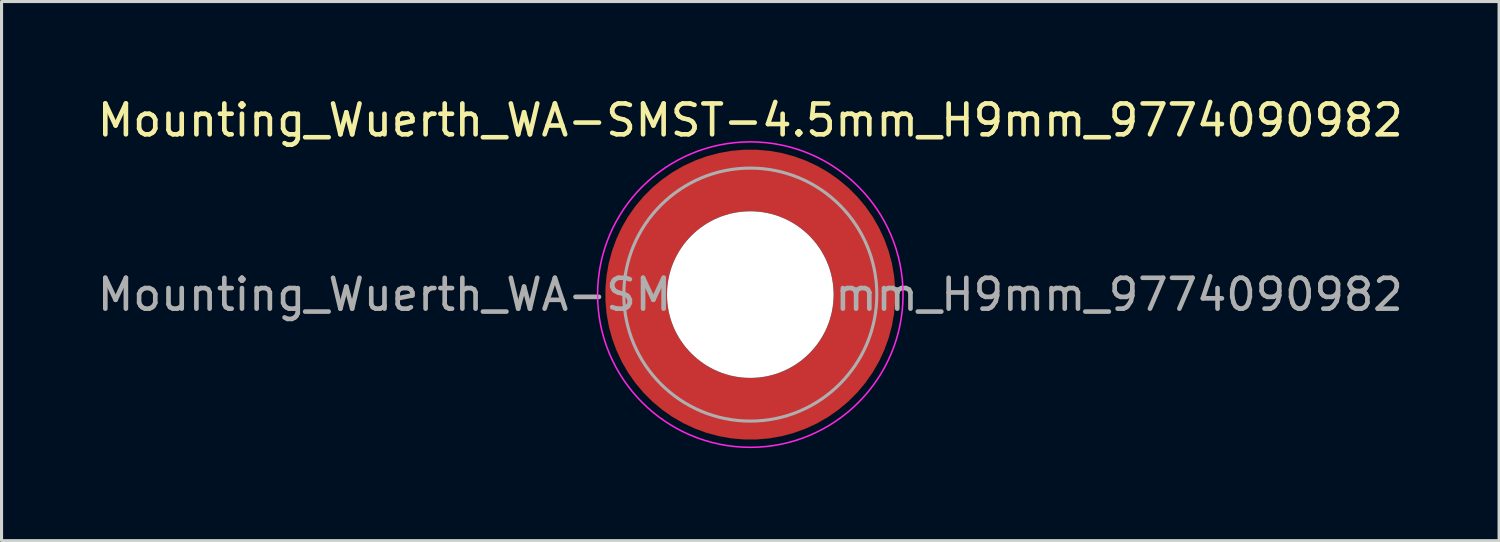
<source format=kicad_pcb>
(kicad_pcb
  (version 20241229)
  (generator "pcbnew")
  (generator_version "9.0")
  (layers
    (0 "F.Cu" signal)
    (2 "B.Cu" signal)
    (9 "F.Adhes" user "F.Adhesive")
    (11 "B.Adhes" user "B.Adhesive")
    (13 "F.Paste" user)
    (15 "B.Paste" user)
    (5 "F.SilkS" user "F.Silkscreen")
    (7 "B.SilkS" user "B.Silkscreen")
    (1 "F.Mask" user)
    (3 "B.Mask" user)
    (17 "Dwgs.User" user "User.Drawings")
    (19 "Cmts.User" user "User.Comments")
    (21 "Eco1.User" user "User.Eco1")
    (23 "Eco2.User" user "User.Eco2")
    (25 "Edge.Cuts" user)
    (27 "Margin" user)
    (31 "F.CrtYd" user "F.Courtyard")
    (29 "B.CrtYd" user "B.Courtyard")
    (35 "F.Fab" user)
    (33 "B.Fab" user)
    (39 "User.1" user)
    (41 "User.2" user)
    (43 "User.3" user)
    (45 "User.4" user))
  (footprint "Mounting_Wuerth_WA-SMST-4.5mm_H9mm_9774090982"
    (layer "F.Cu")
    (at 21.268 6.498)
    (property "Reference" "Mounting_Wuerth_WA-SMST-4.5mm_H9mm_9774090982" (at 0 -5.65 0) (layer "F.SilkS") (effects (font (size 1 1) (thickness 0.15))))
    (attr smd)
    (fp_circle (center 0 0) (end 4.95 0) (stroke (width 0.05) (type solid)) (fill no) (layer "F.CrtYd"))
    (fp_circle (center 0 0) (end 4.1 0) (stroke (width 0.1) (type solid)) (fill no) (layer "F.Fab"))
    (fp_text user "${REFERENCE}" (at 0 0 0) (layer "F.Fab") (effects (font (size 1 1) (thickness 0.15))))
    (pad "" smd custom (at -2.607 -2.607) (size 1.495 1.495) (layers "F.Paste") (options (anchor circle)) (primitives (gr_arc (start -0.188183 2.107456) (mid 0.598928 0.599619) (end 2.106494 -0.188011) (width 0.2)) (gr_arc (start -0.289416 2.107456) (mid 0.528508 0.529033) (end 2.106724 -0.28929) (width 0.2)) (gr_arc (start -0.390547 2.107456) (mid 0.457087 0.459449) (end 2.104161 -0.389996) (width 0.2)) (gr_arc (start -0.491585 2.107456) (mid 0.386415 0.389116) (end 2.103685 -0.490974) (width 0.2)) (gr_arc (start -0.59254 2.107456) (mid 0.31649 0.318035) (end 2.105297 -0.592203) (width 0.2)) (gr_arc (start -0.693419 2.107456) (mid 0.245252 0.248268) (end 2.103239 -0.692777) (width 0.2)) (gr_arc (start -0.794229 2.107456) (mid 0.174636 0.177878) (end 2.102921 -0.793558) (width 0.2)) (gr_arc (start -0.894975 2.107456) (mid 0.104643 0.106867) (end 2.104343 -0.894528) (width 0.2)) (gr_arc (start -0.995664 2.107456) (mid 0.033026 0.037479) (end 2.101219 -0.994793) (width 0.2)) (gr_arc (start -1.0963 2.107456) (mid -0.035789 -0.034713) (end 2.105949 -1.096095) (width 0.2)) (gr_arc (start -1.196886 2.107456) (mid -0.106351 -0.105158) (end 2.105783 -1.196667) (width 0.2)) (gr_arc (start -1.297427 2.107456) (mid -0.176416 -0.176097) (end 2.107009 -1.29737) (width 0.2)) (gr_arc (start -1.397927 2.107456) (mid -0.248476 -0.245042) (end 2.102638 -1.397323) (width 0.2)) (gr_arc (start -1.498388 2.107456) (mid -0.317612 -0.316913) (end 2.106475 -1.498268) (width 0.2)) (gr_arc (start -1.598813 2.107456) (mid -0.388865 -0.386665) (end 2.104366 -1.598444) (width 0.2)) (gr_arc (start -1.699204 2.107456) (mid -0.459747 -0.456787) (end 2.103299 -1.698719) (width 0.2)) (gr_arc (start -1.799565 2.107456) (mid -0.530257 -0.527283) (end 2.103277 -1.799089) (width 0.2)) (gr_arc (start -1.899896 2.107456) (mid -0.600396 -0.59815) (end 2.104299 -1.899545) (width 0.2)) (gr_arc (start -1.899896 2.107456) (mid -0.600396 -0.59815) (end 2.104299 -1.899545) (width 0.2)) (gr_line (start 2.107 -0.188) (end 2.107 -1.9) (width 0.2)) (gr_line (start -0.188 2.107) (end -1.9 2.107) (width 0.2))))
    (pad "" smd custom (at -2.607 2.607) (size 1.495 1.495) (layers "F.Paste") (options (anchor circle)) (primitives (gr_arc (start 2.107456 0.188183) (mid 0.599619 -0.598928) (end -0.188011 -2.106494) (width 0.2)) (gr_arc (start 2.107456 0.289416) (mid 0.529033 -0.528508) (end -0.28929 -2.106724) (width 0.2)) (gr_arc (start 2.107456 0.390547) (mid 0.45945 -0.457087) (end -0.389996 -2.104161) (width 0.2)) (gr_arc (start 2.107456 0.491585) (mid 0.389116 -0.386415) (end -0.490974 -2.103685) (width 0.2)) (gr_arc (start 2.107456 0.59254) (mid 0.318035 -0.31649) (end -0.592203 -2.105297) (width 0.2)) (gr_arc (start 2.107456 0.693419) (mid 0.248268 -0.245252) (end -0.692777 -2.103239) (width 0.2)) (gr_arc (start 2.107456 0.794229) (mid 0.177878 -0.174636) (end -0.793558 -2.102921) (width 0.2)) (gr_arc (start 2.107456 0.894975) (mid 0.106867 -0.104643) (end -0.894528 -2.104343) (width 0.2)) (gr_arc (start 2.107456 0.995664) (mid 0.037479 -0.033026) (end -0.994793 -2.101219) (width 0.2)) (gr_arc (start 2.107456 1.0963) (mid -0.034713 0.035789) (end -1.096095 -2.105949) (width 0.2)) (gr_arc (start 2.107456 1.196886) (mid -0.105158 0.106351) (end -1.196667 -2.105783) (width 0.2)) (gr_arc (start 2.107456 1.297427) (mid -0.176097 0.176416) (end -1.29737 -2.107009) (width 0.2)) (gr_arc (start 2.107456 1.397927) (mid -0.245042 0.248476) (end -1.397323 -2.102638) (width 0.2)) (gr_arc (start 2.107456 1.498388) (mid -0.316913 0.317612) (end -1.498268 -2.106475) (width 0.2)) (gr_arc (start 2.107456 1.598813) (mid -0.386665 0.388865) (end -1.598444 -2.104366) (width 0.2)) (gr_arc (start 2.107456 1.699204) (mid -0.456787 0.459747) (end -1.698719 -2.103299) (width 0.2)) (gr_arc (start 2.107456 1.799565) (mid -0.527283 0.530257) (end -1.799089 -2.103277) (width 0.2)) (gr_arc (start 2.107456 1.899896) (mid -0.59815 0.600396) (end -1.899545 -2.104299) (width 0.2)) (gr_arc (start 2.107456 1.899896) (mid -0.59815 0.600396) (end -1.899545 -2.104299) (width 0.2)) (gr_line (start -0.188 -2.107) (end -1.9 -2.107) (width 0.2)) (gr_line (start 2.107 0.188) (end 2.107 1.9) (width 0.2))))
    (pad "" np_thru_hole circle (at 0 0) (size 5.4 5.4) (drill 5.4) (layers "*.Cu" "*.Mask"))
    (pad "" smd custom (at 2.607 -2.607) (size 1.495 1.495) (layers "F.Paste") (options (anchor circle)) (primitives (gr_arc (start -2.107456 -0.188183) (mid -0.599619 0.598928) (end 0.188011 2.106494) (width 0.2)) (gr_arc (start -2.107456 -0.289416) (mid -0.529033 0.528508) (end 0.28929 2.106724) (width 0.2)) (gr_arc (start -2.107456 -0.390547) (mid -0.459449 0.457087) (end 0.389996 2.104161) (width 0.2)) (gr_arc (start -2.107456 -0.491585) (mid -0.389116 0.386415) (end 0.490974 2.103685) (width 0.2)) (gr_arc (start -2.107456 -0.59254) (mid -0.318035 0.31649) (end 0.592203 2.105297) (width 0.2)) (gr_arc (start -2.107456 -0.693419) (mid -0.248268 0.245252) (end 0.692777 2.103239) (width 0.2)) (gr_arc (start -2.107456 -0.794229) (mid -0.177878 0.174636) (end 0.793558 2.102921) (width 0.2)) (gr_arc (start -2.107456 -0.894975) (mid -0.106867 0.104643) (end 0.894528 2.104343) (width 0.2)) (gr_arc (start -2.107456 -0.995664) (mid -0.037479 0.033026) (end 0.994793 2.101219) (width 0.2)) (gr_arc (start -2.107456 -1.0963) (mid 0.034713 -0.035789) (end 1.096095 2.105949) (width 0.2)) (gr_arc (start -2.107456 -1.196886) (mid 0.105158 -0.106351) (end 1.196667 2.105783) (width 0.2)) (gr_arc (start -2.107456 -1.297427) (mid 0.176097 -0.176416) (end 1.29737 2.107009) (width 0.2)) (gr_arc (start -2.107456 -1.397927) (mid 0.245042 -0.248476) (end 1.397323 2.102638) (width 0.2)) (gr_arc (start -2.107456 -1.498388) (mid 0.316913 -0.317612) (end 1.498268 2.106475) (width 0.2)) (gr_arc (start -2.107456 -1.598813) (mid 0.386665 -0.388865) (end 1.598444 2.104366) (width 0.2)) (gr_arc (start -2.107456 -1.699204) (mid 0.456787 -0.459747) (end 1.698719 2.103299) (width 0.2)) (gr_arc (start -2.107456 -1.799565) (mid 0.527283 -0.530257) (end 1.799089 2.103277) (width 0.2)) (gr_arc (start -2.107456 -1.899896) (mid 0.59815 -0.600396) (end 1.899545 2.104299) (width 0.2)) (gr_arc (start -2.107456 -1.899896) (mid 0.59815 -0.600396) (end 1.899545 2.104299) (width 0.2)) (gr_line (start 0.188 2.107) (end 1.9 2.107) (width 0.2)) (gr_line (start -2.107 -0.188) (end -2.107 -1.9) (width 0.2))))
    (pad "" smd custom (at 2.607 2.607) (size 1.495 1.495) (layers "F.Paste") (options (anchor circle)) (primitives (gr_arc (start 0.188183 -2.107456) (mid -0.598928 -0.599619) (end -2.106494 0.188011) (width 0.2)) (gr_arc (start 0.289416 -2.107456) (mid -0.528508 -0.529033) (end -2.106724 0.28929) (width 0.2)) (gr_arc (start 0.390547 -2.107456) (mid -0.457087 -0.459449) (end -2.104161 0.389996) (width 0.2)) (gr_arc (start 0.491585 -2.107456) (mid -0.386415 -0.389116) (end -2.103685 0.490974) (width 0.2)) (gr_arc (start 0.59254 -2.107456) (mid -0.31649 -0.318035) (end -2.105297 0.592203) (width 0.2)) (gr_arc (start 0.693419 -2.107456) (mid -0.245252 -0.248268) (end -2.103239 0.692777) (width 0.2)) (gr_arc (start 0.794229 -2.107456) (mid -0.174636 -0.177878) (end -2.102921 0.793558) (width 0.2)) (gr_arc (start 0.894975 -2.107456) (mid -0.104643 -0.106867) (end -2.104343 0.894528) (width 0.2)) (gr_arc (start 0.995664 -2.107456) (mid -0.033026 -0.037479) (end -2.101219 0.994793) (width 0.2)) (gr_arc (start 1.0963 -2.107456) (mid 0.035789 0.034713) (end -2.105949 1.096095) (width 0.2)) (gr_arc (start 1.196886 -2.107456) (mid 0.106351 0.105158) (end -2.105783 1.196667) (width 0.2)) (gr_arc (start 1.297427 -2.107456) (mid 0.176416 0.176097) (end -2.107009 1.29737) (width 0.2)) (gr_arc (start 1.397927 -2.107456) (mid 0.248476 0.245042) (end -2.102638 1.397323) (width 0.2)) (gr_arc (start 1.498388 -2.107456) (mid 0.317612 0.316913) (end -2.106475 1.498268) (width 0.2)) (gr_arc (start 1.598813 -2.107456) (mid 0.388865 0.386665) (end -2.104366 1.598444) (width 0.2)) (gr_arc (start 1.699204 -2.107456) (mid 0.459747 0.456787) (end -2.103299 1.698719) (width 0.2)) (gr_arc (start 1.799565 -2.107456) (mid 0.530257 0.527283) (end -2.103277 1.799089) (width 0.2)) (gr_arc (start 1.899896 -2.107456) (mid 0.600396 0.59815) (end -2.104299 1.899545) (width 0.2)) (gr_arc (start 1.899896 -2.107456) (mid 0.600396 0.59815) (end -2.104299 1.899545) (width 0.2)) (gr_line (start -2.107 0.188) (end -2.107 1.9) (width 0.2)) (gr_line (start 0.188 -2.107) (end 1.9 -2.107) (width 0.2))))
    (pad "1" smd circle (at -3.7 0) (size 1.6 1.6) (layers "F.Cu"))
    (pad "1" smd circle (at 0 -3.7) (size 1.6 1.6) (layers "F.Cu"))
    (pad "1" smd circle (at 0 3.7) (size 1.6 1.6) (layers "F.Cu"))
    (pad "1" smd custom (at 3.7 0) (size 1.6 1.6) (layers "F.Cu" "F.Mask") (options (anchor circle)) (primitives (gr_circle (center -3.7 0) (end 0 0) (width 2) (fill no)))))
  (gr_rect
    (start -3 -3)
    (end 45.536 14.473)
    (stroke (width 0.1) (type default))
    (fill no)
    (layer "Edge.Cuts")))
</source>
